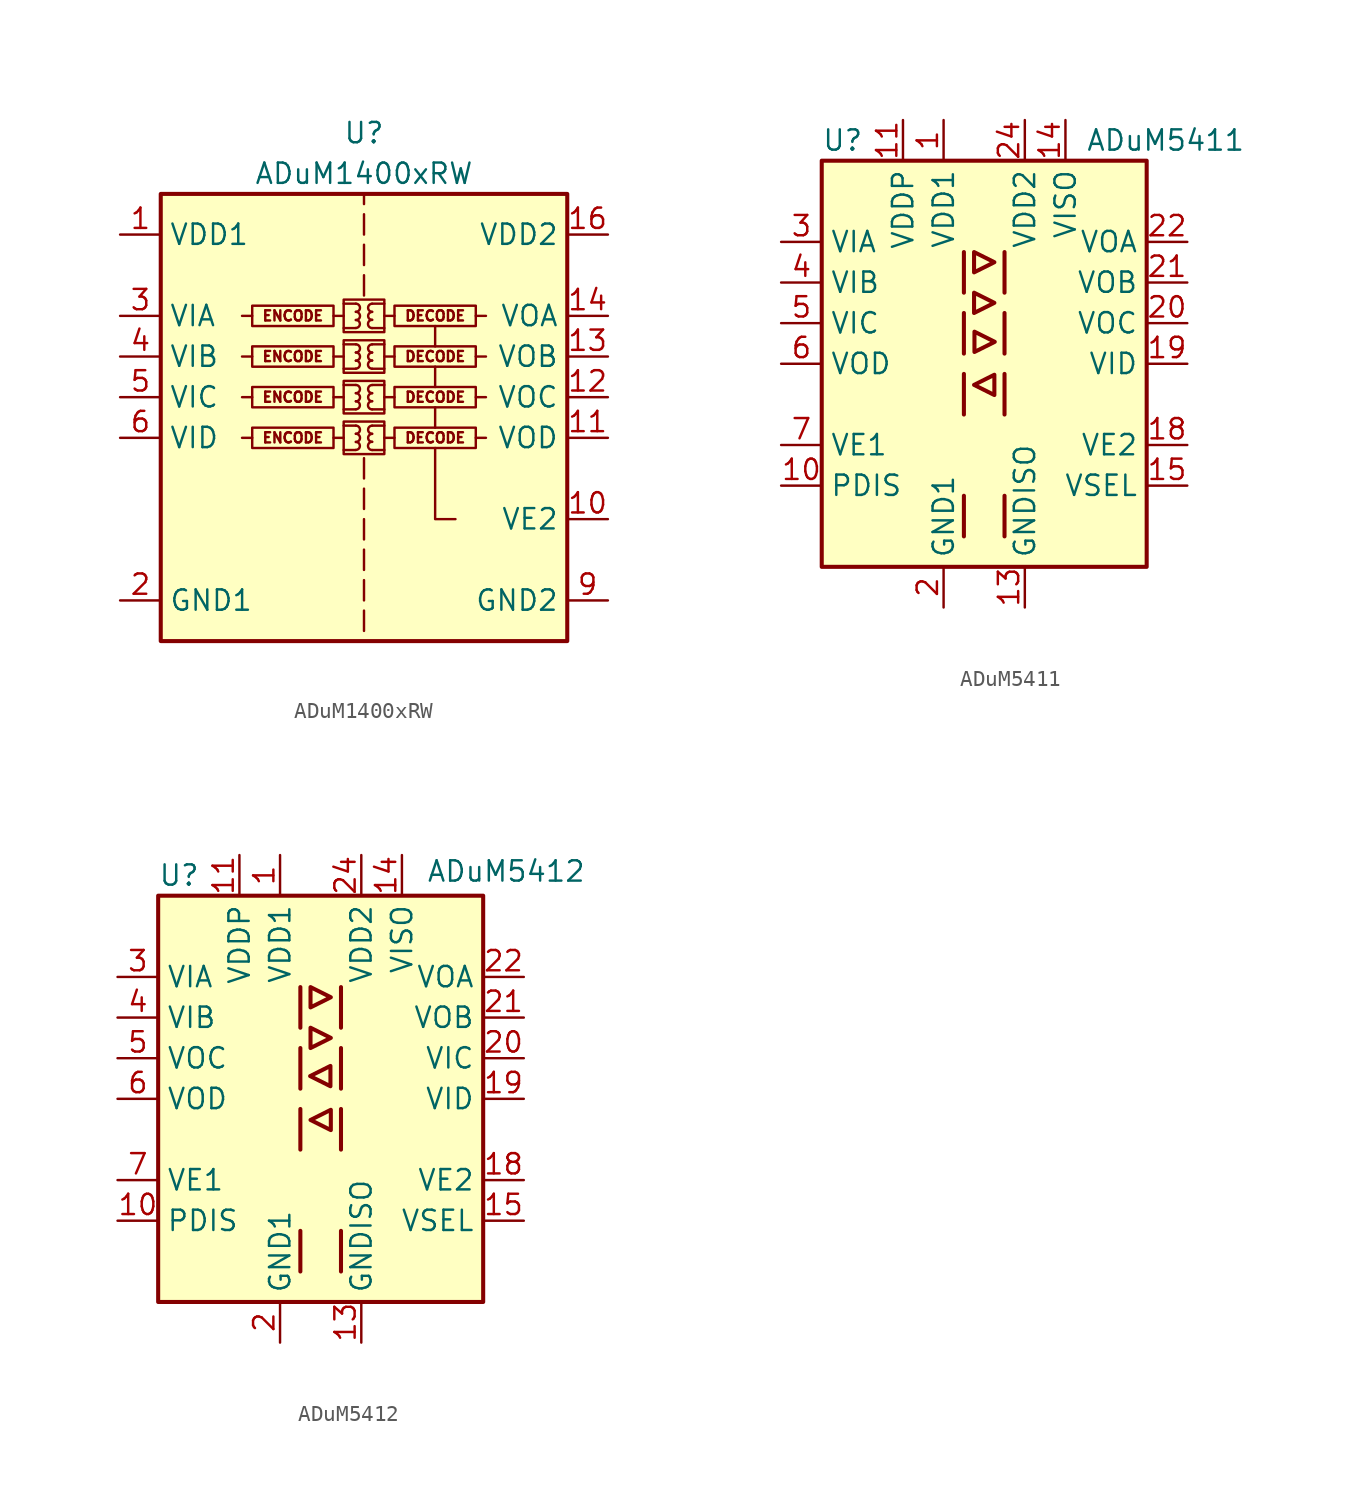
<source format=kicad_sym>
(kicad_symbol_lib
  (version 20200908)
  (generator kicad_symbol_editor)
  (symbol "Isolator:ADuM1400xRW"
    (property "Reference" "U"
      (at 0 19.05 0)
      (effects (font (size 1.27 1.27))))
    (property "Value" "ADuM1400xRW"
      (at 0 16.51 0)
      (effects (font (size 1.27 1.27))))
    (symbol "ADuM1400xRW_0_0"
      (arc (start -0.508 -0.762) (end -0.508 -0.254) (radius (at -0.508 -0.508) (length 0.254) (angles -89.9 89.9)) (stroke (width 0)) (fill (type none)))
      (arc (start -0.508 -0.254) (end -0.508 0.254) (radius (at -0.508 0) (length 0.254) (angles -89.9 89.9)) (stroke (width 0)) (fill (type none)))
      (arc (start -0.508 0.254) (end -0.508 0.762) (radius (at -0.508 0.508) (length 0.254) (angles -89.9 89.9)) (stroke (width 0)) (fill (type none)))
      (arc (start -0.508 1.778) (end -0.508 2.286) (radius (at -0.508 2.032) (length 0.254) (angles -89.9 89.9)) (stroke (width 0)) (fill (type none)))
      (arc (start -0.508 2.286) (end -0.508 2.794) (radius (at -0.508 2.54) (length 0.254) (angles -89.9 89.9)) (stroke (width 0)) (fill (type none)))
      (arc (start -0.508 2.794) (end -0.508 3.302) (radius (at -0.508 3.048) (length 0.254) (angles -89.9 89.9)) (stroke (width 0)) (fill (type none)))
      (arc (start -0.508 4.318) (end -0.508 4.826) (radius (at -0.508 4.572) (length 0.254) (angles -89.9 89.9)) (stroke (width 0)) (fill (type none)))
      (arc (start -0.508 4.826) (end -0.508 5.334) (radius (at -0.508 5.08) (length 0.254) (angles -89.9 89.9)) (stroke (width 0)) (fill (type none)))
      (arc (start -0.508 5.334) (end -0.508 5.842) (radius (at -0.508 5.588) (length 0.254) (angles -89.9 89.9)) (stroke (width 0)) (fill (type none)))
      (arc (start -0.508 6.858) (end -0.508 7.366) (radius (at -0.508 7.112) (length 0.254) (angles -89.9 89.9)) (stroke (width 0)) (fill (type none)))
      (arc (start -0.508 7.366) (end -0.508 7.874) (radius (at -0.508 7.62) (length 0.254) (angles -89.9 89.9)) (stroke (width 0)) (fill (type none)))
      (arc (start -0.508 7.874) (end -0.508 8.382) (radius (at -0.508 8.128) (length 0.254) (angles -89.9 89.9)) (stroke (width 0)) (fill (type none)))
      (arc (start 0.508 -0.254) (end 0.508 -0.762) (radius (at 0.508 -0.508) (length 0.254) (angles 90.1 -90.1)) (stroke (width 0)) (fill (type none)))
      (arc (start 0.508 0.254) (end 0.508 -0.254) (radius (at 0.508 0) (length 0.254) (angles 90.1 -90.1)) (stroke (width 0)) (fill (type none)))
      (arc (start 0.508 0.762) (end 0.508 0.254) (radius (at 0.508 0.508) (length 0.254) (angles 90.1 -90.1)) (stroke (width 0)) (fill (type none)))
      (arc (start 0.508 2.286) (end 0.508 1.778) (radius (at 0.508 2.032) (length 0.254) (angles 90.1 -90.1)) (stroke (width 0)) (fill (type none)))
      (arc (start 0.508 2.794) (end 0.508 2.286) (radius (at 0.508 2.54) (length 0.254) (angles 90.1 -90.1)) (stroke (width 0)) (fill (type none)))
      (arc (start 0.508 3.302) (end 0.508 2.794) (radius (at 0.508 3.048) (length 0.254) (angles 90.1 -90.1)) (stroke (width 0)) (fill (type none)))
      (arc (start 0.508 4.826) (end 0.508 4.318) (radius (at 0.508 4.572) (length 0.254) (angles 90.1 -90.1)) (stroke (width 0)) (fill (type none)))
      (arc (start 0.508 5.334) (end 0.508 4.826) (radius (at 0.508 5.08) (length 0.254) (angles 90.1 -90.1)) (stroke (width 0)) (fill (type none)))
      (arc (start 0.508 5.842) (end 0.508 5.334) (radius (at 0.508 5.588) (length 0.254) (angles 90.1 -90.1)) (stroke (width 0)) (fill (type none)))
      (arc (start 0.508 7.366) (end 0.508 6.858) (radius (at 0.508 7.112) (length 0.254) (angles 90.1 -90.1)) (stroke (width 0)) (fill (type none)))
      (arc (start 0.508 7.874) (end 0.508 7.366) (radius (at 0.508 7.62) (length 0.254) (angles 90.1 -90.1)) (stroke (width 0)) (fill (type none)))
      (arc (start 0.508 8.382) (end 0.508 7.874) (radius (at 0.508 8.128) (length 0.254) (angles 90.1 -90.1)) (stroke (width 0)) (fill (type none)))
      (text "DECODE" (at 4.445 0 0) (effects (font (size 0.635 0.635))))
      (text "DECODE" (at 4.445 2.54 0) (effects (font (size 0.635 0.635))))
      (text "DECODE" (at 4.445 5.08 0) (effects (font (size 0.635 0.635))))
      (text "DECODE" (at 4.445 7.62 0) (effects (font (size 0.635 0.635))))
      (text "ENCODE" (at -4.445 0 0) (effects (font (size 0.635 0.635))))
      (text "ENCODE" (at -4.445 2.54 0) (effects (font (size 0.635 0.635))))
      (text "ENCODE" (at -4.445 5.08 0) (effects (font (size 0.635 0.635))))
      (text "ENCODE" (at -4.445 7.62 0) (effects (font (size 0.635 0.635))))
      (rectangle (start -1.905 0.635) (end -6.985 -0.635) (stroke (width 0)) (fill (type none)))
      (rectangle (start -1.27 1.016) (end 1.27 -1.016) (stroke (width 0)) (fill (type none)))
      (rectangle (start -1.27 3.556) (end 1.27 1.524) (stroke (width 0)) (fill (type none)))
      (rectangle (start -1.27 6.096) (end 1.27 4.064) (stroke (width 0)) (fill (type none)))
      (rectangle (start -1.27 8.636) (end 1.27 6.604) (stroke (width 0)) (fill (type none)))
      (rectangle (start 1.905 0.635) (end 6.985 -0.635) (stroke (width 0)) (fill (type none)))
      (rectangle (start 1.905 3.175) (end 6.985 1.905) (stroke (width 0)) (fill (type none)))
      (rectangle (start 1.905 5.715) (end 6.985 4.445) (stroke (width 0)) (fill (type none)))
      (rectangle (start 1.905 8.255) (end 6.985 6.985) (stroke (width 0)) (fill (type none)))
      (polyline (pts (xy -6.985 0) (xy -7.62 0)) (stroke (width 0)) (fill (type none)))
      (polyline (pts (xy -6.985 2.54) (xy -7.62 2.54)) (stroke (width 0)) (fill (type none)))
      (polyline (pts (xy -6.985 5.08) (xy -7.62 5.08)) (stroke (width 0)) (fill (type none)))
      (polyline (pts (xy -6.985 7.62) (xy -7.62 7.62)) (stroke (width 0)) (fill (type none)))
      (polyline (pts (xy -1.905 0) (xy -1.27 0)) (stroke (width 0)) (fill (type none)))
      (polyline (pts (xy -1.905 2.54) (xy -1.27 2.54)) (stroke (width 0)) (fill (type none)))
      (polyline (pts (xy -1.905 5.08) (xy -1.27 5.08)) (stroke (width 0)) (fill (type none)))
      (polyline (pts (xy -1.905 7.62) (xy -1.27 7.62)) (stroke (width 0)) (fill (type none)))
      (polyline (pts (xy -1.27 -0.762) (xy -0.508 -0.762)) (stroke (width 0)) (fill (type none)))
      (polyline (pts (xy -1.27 0.762) (xy -0.508 0.762)) (stroke (width 0)) (fill (type none)))
      (polyline (pts (xy -1.27 1.778) (xy -0.508 1.778)) (stroke (width 0)) (fill (type none)))
      (polyline (pts (xy -1.27 3.302) (xy -0.508 3.302)) (stroke (width 0)) (fill (type none)))
      (polyline (pts (xy -1.27 4.318) (xy -0.508 4.318)) (stroke (width 0)) (fill (type none)))
      (polyline (pts (xy -1.27 5.842) (xy -0.508 5.842)) (stroke (width 0)) (fill (type none)))
      (polyline (pts (xy -1.27 6.858) (xy -0.508 6.858)) (stroke (width 0)) (fill (type none)))
      (polyline (pts (xy -1.27 8.382) (xy -0.508 8.382)) (stroke (width 0)) (fill (type none)))
      (polyline (pts (xy 0 -10.795) (xy 0 -12.065)) (stroke (width 0)) (fill (type none)))
      (polyline (pts (xy 0 -8.89) (xy 0 -10.16)) (stroke (width 0)) (fill (type none)))
      (polyline (pts (xy 0 -6.985) (xy 0 -8.255)) (stroke (width 0)) (fill (type none)))
      (polyline (pts (xy 0 -5.08) (xy 0 -6.35)) (stroke (width 0)) (fill (type none)))
      (polyline (pts (xy 0 -3.175) (xy 0 -4.445)) (stroke (width 0)) (fill (type none)))
      (polyline (pts (xy 0 -1.27) (xy 0 -2.54)) (stroke (width 0)) (fill (type none)))
      (polyline (pts (xy 0 8.89) (xy 0 10.16)) (stroke (width 0)) (fill (type none)))
      (polyline (pts (xy 0 10.795) (xy 0 12.065)) (stroke (width 0)) (fill (type none)))
      (polyline (pts (xy 0 12.7) (xy 0 13.97)) (stroke (width 0)) (fill (type none)))
      (polyline (pts (xy 0 15.24) (xy 0 14.605)) (stroke (width 0)) (fill (type none)))
      (polyline (pts (xy 1.27 -0.762) (xy 0.508 -0.762)) (stroke (width 0)) (fill (type none)))
      (polyline (pts (xy 1.27 0.762) (xy 0.508 0.762)) (stroke (width 0)) (fill (type none)))
      (polyline (pts (xy 1.27 1.778) (xy 0.508 1.778)) (stroke (width 0)) (fill (type none)))
      (polyline (pts (xy 1.27 3.302) (xy 0.508 3.302)) (stroke (width 0)) (fill (type none)))
      (polyline (pts (xy 1.27 4.318) (xy 0.508 4.318)) (stroke (width 0)) (fill (type none)))
      (polyline (pts (xy 1.27 5.842) (xy 0.508 5.842)) (stroke (width 0)) (fill (type none)))
      (polyline (pts (xy 1.27 6.858) (xy 0.508 6.858)) (stroke (width 0)) (fill (type none)))
      (polyline (pts (xy 1.27 8.382) (xy 0.508 8.382)) (stroke (width 0)) (fill (type none)))
      (polyline (pts (xy 1.905 0) (xy 1.27 0)) (stroke (width 0)) (fill (type none)))
      (polyline (pts (xy 1.905 2.54) (xy 1.27 2.54)) (stroke (width 0)) (fill (type none)))
      (polyline (pts (xy 1.905 5.08) (xy 1.27 5.08)) (stroke (width 0)) (fill (type none)))
      (polyline (pts (xy 1.905 7.62) (xy 1.27 7.62)) (stroke (width 0)) (fill (type none)))
      (polyline (pts (xy 4.445 0.635) (xy 4.445 1.905)) (stroke (width 0)) (fill (type none)))
      (polyline (pts (xy 4.445 3.175) (xy 4.445 4.445)) (stroke (width 0)) (fill (type none)))
      (polyline (pts (xy 4.445 5.715) (xy 4.445 6.985)) (stroke (width 0)) (fill (type none)))
      (polyline (pts (xy 6.985 0) (xy 7.62 0)) (stroke (width 0)) (fill (type none)))
      (polyline (pts (xy 6.985 2.54) (xy 7.62 2.54)) (stroke (width 0)) (fill (type none)))
      (polyline (pts (xy 6.985 5.08) (xy 7.62 5.08)) (stroke (width 0)) (fill (type none)))
      (polyline (pts (xy 6.985 7.62) (xy 7.62 7.62)) (stroke (width 0)) (fill (type none)))
      (polyline (pts (xy 5.715 -5.08) (xy 4.445 -5.08) (xy 4.445 -0.635)) (stroke (width 0)) (fill (type none))))
    (symbol "ADuM1400xRW_0_1"
      (rectangle (start -12.7 15.24) (end 12.7 -12.7) (stroke (width 0.254)) (fill (type background)))
      (rectangle (start -1.905 3.175) (end -6.985 1.905) (stroke (width 0)) (fill (type none)))
      (rectangle (start -1.905 5.715) (end -6.985 4.445) (stroke (width 0)) (fill (type none)))
      (rectangle (start -1.905 8.255) (end -6.985 6.985) (stroke (width 0)) (fill (type none))))
    (symbol "ADuM1400xRW_1_1"
      (pin power_in line (at -15.24 12.7 0) (length 2.54) (name "VDD1" (effects (font (size 1.27 1.27)))) (number "1" (effects (font (size 1.27 1.27)))))
      (pin input line (at 15.24 -5.08 180) (length 2.54) (name "VE2" (effects (font (size 1.27 1.27)))) (number "10" (effects (font (size 1.27 1.27)))))
      (pin output line (at 15.24 0 180) (length 2.54) (name "VOD" (effects (font (size 1.27 1.27)))) (number "11" (effects (font (size 1.27 1.27)))))
      (pin output line (at 15.24 2.54 180) (length 2.54) (name "VOC" (effects (font (size 1.27 1.27)))) (number "12" (effects (font (size 1.27 1.27)))))
      (pin output line (at 15.24 5.08 180) (length 2.54) (name "VOB" (effects (font (size 1.27 1.27)))) (number "13" (effects (font (size 1.27 1.27)))))
      (pin output line (at 15.24 7.62 180) (length 2.54) (name "VOA" (effects (font (size 1.27 1.27)))) (number "14" (effects (font (size 1.27 1.27)))))
      (pin passive line (at 15.24 -10.16 180) (length 2.54) hide (name "GND2" (effects (font (size 1.27 1.27)))) (number "15" (effects (font (size 1.27 1.27)))))
      (pin power_in line (at 15.24 12.7 180) (length 2.54) (name "VDD2" (effects (font (size 1.27 1.27)))) (number "16" (effects (font (size 1.27 1.27)))))
      (pin power_in line (at -15.24 -10.16 0) (length 2.54) (name "GND1" (effects (font (size 1.27 1.27)))) (number "2" (effects (font (size 1.27 1.27)))))
      (pin input line (at -15.24 7.62 0) (length 2.54) (name "VIA" (effects (font (size 1.27 1.27)))) (number "3" (effects (font (size 1.27 1.27)))))
      (pin input line (at -15.24 5.08 0) (length 2.54) (name "VIB" (effects (font (size 1.27 1.27)))) (number "4" (effects (font (size 1.27 1.27)))))
      (pin input line (at -15.24 2.54 0) (length 2.54) (name "VIC" (effects (font (size 1.27 1.27)))) (number "5" (effects (font (size 1.27 1.27)))))
      (pin input line (at -15.24 0 0) (length 2.54) (name "VID" (effects (font (size 1.27 1.27)))) (number "6" (effects (font (size 1.27 1.27)))))
      (pin unconnected line (at -12.7 -5.08 0) (length 2.54) hide (name "NC" (effects (font (size 1.27 1.27)))) (number "7" (effects (font (size 1.27 1.27)))))
      (pin passive line (at -15.24 -10.16 0) (length 2.54) hide (name "GND1" (effects (font (size 1.27 1.27)))) (number "8" (effects (font (size 1.27 1.27)))))
      (pin power_in line (at 15.24 -10.16 180) (length 2.54) (name "GND2" (effects (font (size 1.27 1.27)))) (number "9" (effects (font (size 1.27 1.27)))))))
  (symbol "Isolator:ADuM5411"
    (property "Reference" "U"
      (at -10.16 13.97 0)
      (effects (font (size 1.27 1.27)) (justify left)))
    (property "Value" "ADuM5411"
      (at 6.35 13.97 0)
      (effects (font (size 1.27 1.27)) (justify left)))
    (symbol "ADuM5411_1_1"
      (rectangle (start -10.16 12.7) (end 10.16 -12.7) (stroke (width 0.254)) (fill (type background)))
      (polyline (pts (xy -1.27 -8.255) (xy -1.27 -10.795)) (stroke (width 0.254)) (fill (type none)))
      (polyline (pts (xy -1.27 -0.635) (xy -1.27 -3.175)) (stroke (width 0.254)) (fill (type none)))
      (polyline (pts (xy -1.27 3.175) (xy -1.27 0.635)) (stroke (width 0.254)) (fill (type none)))
      (polyline (pts (xy -1.27 6.985) (xy -1.27 4.445)) (stroke (width 0.254)) (fill (type none)))
      (polyline (pts (xy 1.27 -8.255) (xy 1.27 -10.795)) (stroke (width 0.254)) (fill (type none)))
      (polyline (pts (xy 1.27 -0.635) (xy 1.27 -3.175)) (stroke (width 0.254)) (fill (type none)))
      (polyline (pts (xy 1.27 3.175) (xy 1.27 0.635)) (stroke (width 0.254)) (fill (type none)))
      (polyline (pts (xy 1.27 6.985) (xy 1.27 4.445)) (stroke (width 0.254)) (fill (type none)))
      (polyline (pts (xy -0.635 4.445) (xy -0.635 3.175) (xy 0.635 3.81) (xy -0.635 4.445)) (stroke (width 0.254)) (fill (type none)))
      (polyline (pts (xy -0.635 5.715) (xy 0.635 6.35) (xy -0.635 6.985) (xy -0.635 5.715)) (stroke (width 0.254)) (fill (type none)))
      (polyline (pts (xy -0.61 2.007) (xy 0.66 1.372) (xy -0.61 0.737) (xy -0.61 2.007)) (stroke (width 0.254)) (fill (type none)))
      (polyline (pts (xy 0.635 -0.686) (xy 0.635 -1.956) (xy -0.635 -1.321) (xy 0.635 -0.686)) (stroke (width 0.254)) (fill (type none)))
      (pin power_in line (at -2.54 15.24 270) (length 2.54) (name "VDD1" (effects (font (size 1.27 1.27)))) (number "1" (effects (font (size 1.27 1.27)))))
      (pin input line (at -12.7 -7.62 0) (length 2.54) (name "PDIS" (effects (font (size 1.27 1.27)))) (number "10" (effects (font (size 1.27 1.27)))))
      (pin power_in line (at -5.08 15.24 270) (length 2.54) (name "VDDP" (effects (font (size 1.27 1.27)))) (number "11" (effects (font (size 1.27 1.27)))))
      (pin passive line (at -2.54 -15.24 90) (length 2.54) hide (name "GND1" (effects (font (size 1.27 1.27)))) (number "12" (effects (font (size 1.27 1.27)))))
      (pin power_in line (at 2.54 -15.24 90) (length 2.54) (name "GNDISO" (effects (font (size 1.27 1.27)))) (number "13" (effects (font (size 1.27 1.27)))))
      (pin power_out line (at 5.08 15.24 270) (length 2.54) (name "VISO" (effects (font (size 1.27 1.27)))) (number "14" (effects (font (size 1.27 1.27)))))
      (pin input line (at 12.7 -7.62 180) (length 2.54) (name "VSEL" (effects (font (size 1.27 1.27)))) (number "15" (effects (font (size 1.27 1.27)))))
      (pin passive line (at 2.54 -15.24 90) (length 2.54) hide (name "GNDISO" (effects (font (size 1.27 1.27)))) (number "16" (effects (font (size 1.27 1.27)))))
      (pin unconnected line (at 10.16 -2.54 180) (length 2.54) hide (name "NC" (effects (font (size 1.27 1.27)))) (number "17" (effects (font (size 1.27 1.27)))))
      (pin input line (at 12.7 -5.08 180) (length 2.54) (name "VE2" (effects (font (size 1.27 1.27)))) (number "18" (effects (font (size 1.27 1.27)))))
      (pin input line (at 12.7 0 180) (length 2.54) (name "VID" (effects (font (size 1.27 1.27)))) (number "19" (effects (font (size 1.27 1.27)))))
      (pin power_in line (at -2.54 -15.24 90) (length 2.54) (name "GND1" (effects (font (size 1.27 1.27)))) (number "2" (effects (font (size 1.27 1.27)))))
      (pin output line (at 12.7 2.54 180) (length 2.54) (name "VOC" (effects (font (size 1.27 1.27)))) (number "20" (effects (font (size 1.27 1.27)))))
      (pin output line (at 12.7 5.08 180) (length 2.54) (name "VOB" (effects (font (size 1.27 1.27)))) (number "21" (effects (font (size 1.27 1.27)))))
      (pin output line (at 12.7 7.62 180) (length 2.54) (name "VOA" (effects (font (size 1.27 1.27)))) (number "22" (effects (font (size 1.27 1.27)))))
      (pin passive line (at 2.54 -15.24 90) (length 2.54) hide (name "GNDISO" (effects (font (size 1.27 1.27)))) (number "23" (effects (font (size 1.27 1.27)))))
      (pin power_in line (at 2.54 15.24 270) (length 2.54) (name "VDD2" (effects (font (size 1.27 1.27)))) (number "24" (effects (font (size 1.27 1.27)))))
      (pin input line (at -12.7 7.62 0) (length 2.54) (name "VIA" (effects (font (size 1.27 1.27)))) (number "3" (effects (font (size 1.27 1.27)))))
      (pin input line (at -12.7 5.08 0) (length 2.54) (name "VIB" (effects (font (size 1.27 1.27)))) (number "4" (effects (font (size 1.27 1.27)))))
      (pin input line (at -12.7 2.54 0) (length 2.54) (name "VIC" (effects (font (size 1.27 1.27)))) (number "5" (effects (font (size 1.27 1.27)))))
      (pin output line (at -12.7 0 0) (length 2.54) (name "VOD" (effects (font (size 1.27 1.27)))) (number "6" (effects (font (size 1.27 1.27)))))
      (pin input line (at -12.7 -5.08 0) (length 2.54) (name "VE1" (effects (font (size 1.27 1.27)))) (number "7" (effects (font (size 1.27 1.27)))))
      (pin unconnected line (at -10.16 -2.54 0) (length 2.54) hide (name "NC" (effects (font (size 1.27 1.27)))) (number "8" (effects (font (size 1.27 1.27)))))
      (pin passive line (at -2.54 -15.24 90) (length 2.54) hide (name "GND1" (effects (font (size 1.27 1.27)))) (number "9" (effects (font (size 1.27 1.27)))))))
  (symbol "Isolator:ADuM5412"
    (property "Reference" "U"
      (at -10.16 13.97 0)
      (effects (font (size 1.27 1.27)) (justify left)))
    (property "Value" "ADuM5412"
      (at 6.604 14.224 0)
      (effects (font (size 1.27 1.27)) (justify left)))
    (symbol "ADuM5412_1_1"
      (rectangle (start -10.16 12.7) (end 10.16 -12.7) (stroke (width 0.254)) (fill (type background)))
      (polyline (pts (xy -1.27 -8.255) (xy -1.27 -10.795)) (stroke (width 0.254)) (fill (type none)))
      (polyline (pts (xy -1.27 -0.635) (xy -1.27 -3.175)) (stroke (width 0.254)) (fill (type none)))
      (polyline (pts (xy -1.27 3.175) (xy -1.27 0.635)) (stroke (width 0.254)) (fill (type none)))
      (polyline (pts (xy -1.27 6.985) (xy -1.27 4.445)) (stroke (width 0.254)) (fill (type none)))
      (polyline (pts (xy 1.27 -8.255) (xy 1.27 -10.795)) (stroke (width 0.254)) (fill (type none)))
      (polyline (pts (xy 1.27 -0.635) (xy 1.27 -3.175)) (stroke (width 0.254)) (fill (type none)))
      (polyline (pts (xy 1.27 3.175) (xy 1.27 0.635)) (stroke (width 0.254)) (fill (type none)))
      (polyline (pts (xy 1.27 6.985) (xy 1.27 4.445)) (stroke (width 0.254)) (fill (type none)))
      (polyline (pts (xy -0.635 4.445) (xy -0.635 3.175) (xy 0.635 3.81) (xy -0.635 4.445)) (stroke (width 0.254)) (fill (type none)))
      (polyline (pts (xy -0.635 5.715) (xy 0.635 6.35) (xy -0.635 6.985) (xy -0.635 5.715)) (stroke (width 0.254)) (fill (type none)))
      (polyline (pts (xy 0.61 0.787) (xy -0.66 1.422) (xy 0.61 2.057) (xy 0.61 0.787)) (stroke (width 0.254)) (fill (type none)))
      (polyline (pts (xy 0.635 -0.686) (xy 0.635 -1.956) (xy -0.635 -1.321) (xy 0.635 -0.686)) (stroke (width 0.254)) (fill (type none)))
      (pin power_in line (at -2.54 15.24 270) (length 2.54) (name "VDD1" (effects (font (size 1.27 1.27)))) (number "1" (effects (font (size 1.27 1.27)))))
      (pin input line (at -12.7 -7.62 0) (length 2.54) (name "PDIS" (effects (font (size 1.27 1.27)))) (number "10" (effects (font (size 1.27 1.27)))))
      (pin power_in line (at -5.08 15.24 270) (length 2.54) (name "VDDP" (effects (font (size 1.27 1.27)))) (number "11" (effects (font (size 1.27 1.27)))))
      (pin passive line (at -2.54 -15.24 90) (length 2.54) hide (name "GND1" (effects (font (size 1.27 1.27)))) (number "12" (effects (font (size 1.27 1.27)))))
      (pin power_in line (at 2.54 -15.24 90) (length 2.54) (name "GNDISO" (effects (font (size 1.27 1.27)))) (number "13" (effects (font (size 1.27 1.27)))))
      (pin power_out line (at 5.08 15.24 270) (length 2.54) (name "VISO" (effects (font (size 1.27 1.27)))) (number "14" (effects (font (size 1.27 1.27)))))
      (pin input line (at 12.7 -7.62 180) (length 2.54) (name "VSEL" (effects (font (size 1.27 1.27)))) (number "15" (effects (font (size 1.27 1.27)))))
      (pin passive line (at 2.54 -15.24 90) (length 2.54) hide (name "GNDISO" (effects (font (size 1.27 1.27)))) (number "16" (effects (font (size 1.27 1.27)))))
      (pin unconnected line (at 10.16 -2.54 180) (length 2.54) hide (name "NC" (effects (font (size 1.27 1.27)))) (number "17" (effects (font (size 1.27 1.27)))))
      (pin input line (at 12.7 -5.08 180) (length 2.54) (name "VE2" (effects (font (size 1.27 1.27)))) (number "18" (effects (font (size 1.27 1.27)))))
      (pin input line (at 12.7 0 180) (length 2.54) (name "VID" (effects (font (size 1.27 1.27)))) (number "19" (effects (font (size 1.27 1.27)))))
      (pin power_in line (at -2.54 -15.24 90) (length 2.54) (name "GND1" (effects (font (size 1.27 1.27)))) (number "2" (effects (font (size 1.27 1.27)))))
      (pin input line (at 12.7 2.54 180) (length 2.54) (name "VIC" (effects (font (size 1.27 1.27)))) (number "20" (effects (font (size 1.27 1.27)))))
      (pin output line (at 12.7 5.08 180) (length 2.54) (name "VOB" (effects (font (size 1.27 1.27)))) (number "21" (effects (font (size 1.27 1.27)))))
      (pin output line (at 12.7 7.62 180) (length 2.54) (name "VOA" (effects (font (size 1.27 1.27)))) (number "22" (effects (font (size 1.27 1.27)))))
      (pin passive line (at 2.54 -15.24 90) (length 2.54) hide (name "GNDISO" (effects (font (size 1.27 1.27)))) (number "23" (effects (font (size 1.27 1.27)))))
      (pin power_in line (at 2.54 15.24 270) (length 2.54) (name "VDD2" (effects (font (size 1.27 1.27)))) (number "24" (effects (font (size 1.27 1.27)))))
      (pin input line (at -12.7 7.62 0) (length 2.54) (name "VIA" (effects (font (size 1.27 1.27)))) (number "3" (effects (font (size 1.27 1.27)))))
      (pin input line (at -12.7 5.08 0) (length 2.54) (name "VIB" (effects (font (size 1.27 1.27)))) (number "4" (effects (font (size 1.27 1.27)))))
      (pin output line (at -12.7 2.54 0) (length 2.54) (name "VOC" (effects (font (size 1.27 1.27)))) (number "5" (effects (font (size 1.27 1.27)))))
      (pin output line (at -12.7 0 0) (length 2.54) (name "VOD" (effects (font (size 1.27 1.27)))) (number "6" (effects (font (size 1.27 1.27)))))
      (pin input line (at -12.7 -5.08 0) (length 2.54) (name "VE1" (effects (font (size 1.27 1.27)))) (number "7" (effects (font (size 1.27 1.27)))))
      (pin unconnected line (at -10.16 -2.54 0) (length 2.54) hide (name "NC" (effects (font (size 1.27 1.27)))) (number "8" (effects (font (size 1.27 1.27)))))
      (pin passive line (at -2.54 -15.24 90) (length 2.54) hide (name "GND1" (effects (font (size 1.27 1.27)))) (number "9" (effects (font (size 1.27 1.27))))))))
</source>
